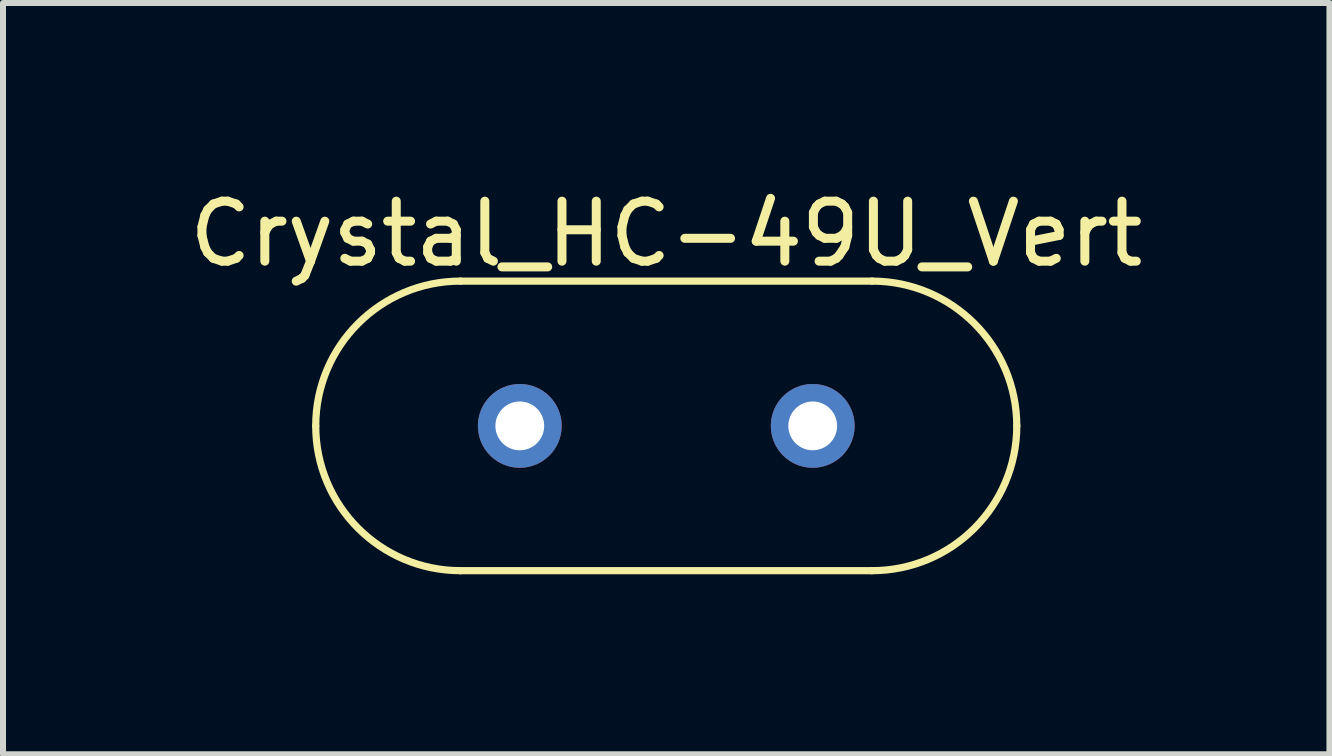
<source format=kicad_pcb>
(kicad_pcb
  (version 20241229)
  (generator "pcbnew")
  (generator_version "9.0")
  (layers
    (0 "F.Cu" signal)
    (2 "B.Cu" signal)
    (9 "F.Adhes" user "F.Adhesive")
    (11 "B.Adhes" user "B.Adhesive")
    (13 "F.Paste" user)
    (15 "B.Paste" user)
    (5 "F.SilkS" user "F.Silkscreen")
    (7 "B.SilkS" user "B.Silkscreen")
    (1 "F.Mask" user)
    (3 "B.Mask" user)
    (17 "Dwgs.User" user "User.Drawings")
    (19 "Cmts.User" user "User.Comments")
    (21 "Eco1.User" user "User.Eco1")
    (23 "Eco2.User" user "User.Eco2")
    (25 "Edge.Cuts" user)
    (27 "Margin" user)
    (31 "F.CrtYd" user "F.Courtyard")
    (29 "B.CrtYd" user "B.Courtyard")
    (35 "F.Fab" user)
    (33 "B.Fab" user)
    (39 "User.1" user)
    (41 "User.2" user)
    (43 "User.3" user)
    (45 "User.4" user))
  (footprint "Crystal_HC-49U_Vert"
    (layer "F.Cu")
    (at 8.054 4.048)
    (property "Reference" "Crystal_HC-49U_Vert" (at 0 -3.2 0) (layer "F.SilkS") (effects (font (size 1 1) (thickness 0.15))))
    (attr through_hole)
    (fp_line (start -3.429 2.413) (end 3.429 2.413) (stroke (width 0.12) (type solid)) (layer "F.SilkS"))
    (fp_line (start 3.429 -2.413) (end -3.429 -2.413) (stroke (width 0.12) (type solid)) (layer "F.SilkS"))
    (fp_arc (start -5.842 0) (mid -5.135249 -1.706249) (end -3.429 -2.413) (stroke (width 0.12) (type solid)) (layer "F.SilkS"))
    (fp_arc (start -3.429 2.413) (mid -5.135249 1.706249) (end -5.842 0) (stroke (width 0.12) (type solid)) (layer "F.SilkS"))
    (fp_arc (start 3.429 -2.413) (mid 5.135249 -1.706249) (end 5.842 0) (stroke (width 0.12) (type solid)) (layer "F.SilkS"))
    (fp_arc (start 5.842 0) (mid 5.135249 1.706249) (end 3.429 2.413) (stroke (width 0.12) (type solid)) (layer "F.SilkS"))
    (pad "1" thru_hole circle (at -2.441 0) (size 1.397 1.397) (drill 0.813) (layers "*.Cu" "*.Mask"))
    (pad "2" thru_hole circle (at 2.441 0) (size 1.397 1.397) (drill 0.813) (layers "*.Cu" "*.Mask")))
  (gr_rect
    (start -3 -3)
    (end 19.107 9.521)
    (stroke (width 0.1) (type default))
    (fill no)
    (layer "Edge.Cuts")))
</source>
